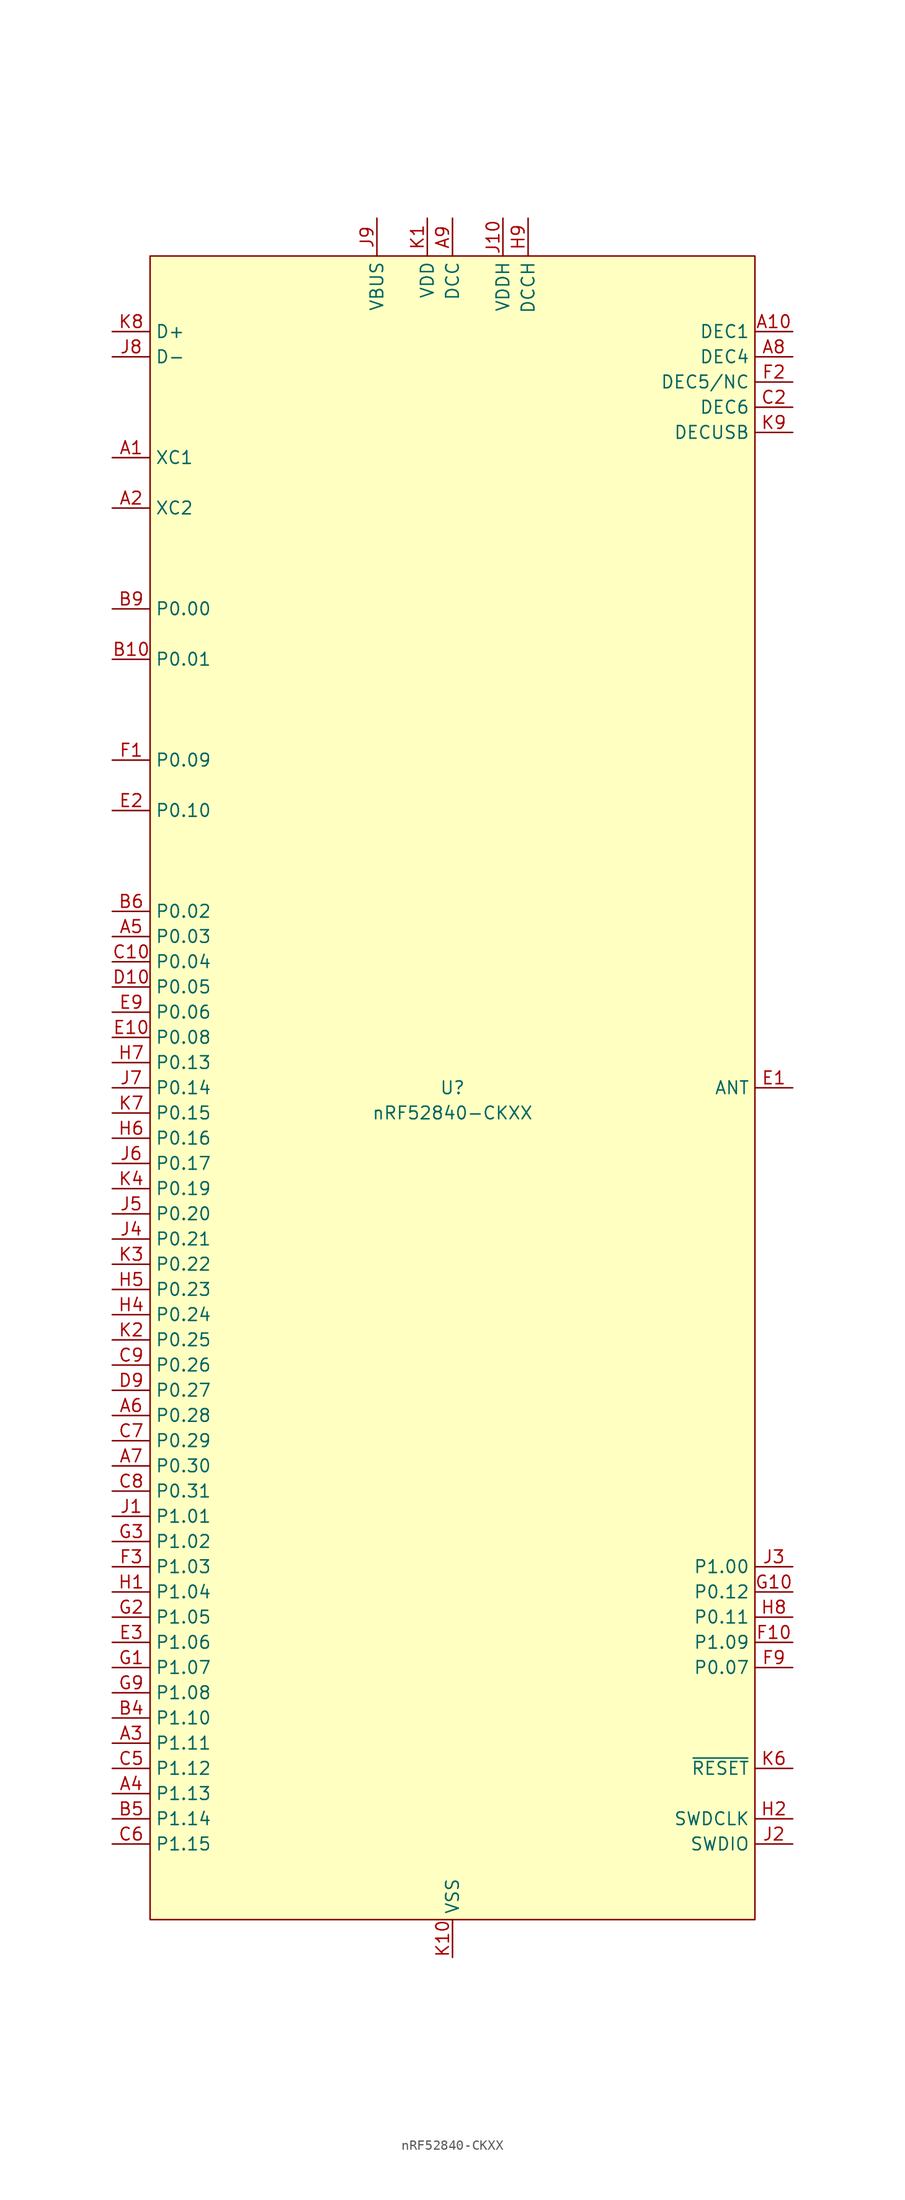
<source format=kicad_sym>
(kicad_symbol_lib
  (version 20241209)
  (generator "kicad_symbol_editor")
  (generator_version "9.0")
  (symbol "nRF52840-CKXX"
    (property "Reference" "U"
      (at 0 0 0)
      (do_not_autoplace)
      (effects (font (size 1.27 1.27))))
    (property "Value" "nRF52840-CKXX"
      (at 0 -2.54 0)
      (do_not_autoplace)
      (effects (font (size 1.27 1.27))))
    (symbol "nRF52840-CKXX_0_0"
      (pin bidirectional line (at -34.29 76.2 0) (length 3.81) (name "D+" (effects (font (size 1.27 1.27)))) (number "K8" (effects (font (size 1.27 1.27)))))
      (pin bidirectional line (at -34.29 73.66 0) (length 3.81) (name "D-" (effects (font (size 1.27 1.27)))) (number "J8" (effects (font (size 1.27 1.27)))))
      (pin input line (at -34.29 63.5 0) (length 3.81) (name "XC1" (effects (font (size 1.27 1.27)))) (number "A1" (effects (font (size 1.27 1.27)))))
      (pin input line (at -34.29 58.42 0) (length 3.81) (name "XC2" (effects (font (size 1.27 1.27)))) (number "A2" (effects (font (size 1.27 1.27)))))
      (pin bidirectional line (at -34.29 7.62 0) (length 3.81) (name "P0.06" (effects (font (size 1.27 1.27)))) (number "E9" (effects (font (size 1.27 1.27)))))
      (pin bidirectional line (at -34.29 5.08 0) (length 3.81) (name "P0.08" (effects (font (size 1.27 1.27)))) (number "E10" (effects (font (size 1.27 1.27)))))
      (pin bidirectional line (at -34.29 2.54 0) (length 3.81) (name "P0.13" (effects (font (size 1.27 1.27)))) (number "H7" (effects (font (size 1.27 1.27)))))
      (pin bidirectional line (at -34.29 0 0) (length 3.81) (name "P0.14" (effects (font (size 1.27 1.27)))) (number "J7" (effects (font (size 1.27 1.27)))))
      (pin bidirectional line (at -34.29 -2.54 0) (length 3.81) (name "P0.15" (effects (font (size 1.27 1.27)))) (number "K7" (effects (font (size 1.27 1.27)))))
      (pin bidirectional line (at -34.29 -5.08 0) (length 3.81) (name "P0.16" (effects (font (size 1.27 1.27)))) (number "H6" (effects (font (size 1.27 1.27)))))
      (pin bidirectional line (at -34.29 -7.62 0) (length 3.81) (name "P0.17" (effects (font (size 1.27 1.27)))) (number "J6" (effects (font (size 1.27 1.27)))))
      (pin bidirectional line (at -34.29 -10.16 0) (length 3.81) (name "P0.19" (effects (font (size 1.27 1.27)))) (number "K4" (effects (font (size 1.27 1.27)))))
      (pin bidirectional line (at -34.29 -12.7 0) (length 3.81) (name "P0.20" (effects (font (size 1.27 1.27)))) (number "J5" (effects (font (size 1.27 1.27)))))
      (pin bidirectional line (at -34.29 -15.24 0) (length 3.81) (name "P0.21" (effects (font (size 1.27 1.27)))) (number "J4" (effects (font (size 1.27 1.27)))))
      (pin bidirectional line (at -34.29 -17.78 0) (length 3.81) (name "P0.22" (effects (font (size 1.27 1.27)))) (number "K3" (effects (font (size 1.27 1.27)))))
      (pin bidirectional line (at -34.29 -20.32 0) (length 3.81) (name "P0.23" (effects (font (size 1.27 1.27)))) (number "H5" (effects (font (size 1.27 1.27)))))
      (pin bidirectional line (at -34.29 -22.86 0) (length 3.81) (name "P0.24" (effects (font (size 1.27 1.27)))) (number "H4" (effects (font (size 1.27 1.27)))))
      (pin bidirectional line (at -34.29 -25.4 0) (length 3.81) (name "P0.25" (effects (font (size 1.27 1.27)))) (number "K2" (effects (font (size 1.27 1.27)))))
      (pin bidirectional line (at -34.29 -27.94 0) (length 3.81) (name "P0.26" (effects (font (size 1.27 1.27)))) (number "C9" (effects (font (size 1.27 1.27)))))
      (pin bidirectional line (at -34.29 -30.48 0) (length 3.81) (name "P0.27" (effects (font (size 1.27 1.27)))) (number "D9" (effects (font (size 1.27 1.27)))))
      (pin bidirectional line (at -34.29 -43.18 0) (length 3.81) (name "P1.01" (effects (font (size 1.27 1.27)))) (number "J1" (effects (font (size 1.27 1.27)))))
      (pin bidirectional line (at -34.29 -45.72 0) (length 3.81) (name "P1.02" (effects (font (size 1.27 1.27)))) (number "G3" (effects (font (size 1.27 1.27)))))
      (pin bidirectional line (at -34.29 -48.26 0) (length 3.81) (name "P1.03" (effects (font (size 1.27 1.27)))) (number "F3" (effects (font (size 1.27 1.27)))))
      (pin bidirectional line (at -34.29 -50.8 0) (length 3.81) (name "P1.04" (effects (font (size 1.27 1.27)))) (number "H1" (effects (font (size 1.27 1.27)))))
      (pin bidirectional line (at -34.29 -53.34 0) (length 3.81) (name "P1.05" (effects (font (size 1.27 1.27)))) (number "G2" (effects (font (size 1.27 1.27)))))
      (pin bidirectional line (at -34.29 -55.88 0) (length 3.81) (name "P1.06" (effects (font (size 1.27 1.27)))) (number "E3" (effects (font (size 1.27 1.27)))))
      (pin bidirectional line (at -34.29 -58.42 0) (length 3.81) (name "P1.07" (effects (font (size 1.27 1.27)))) (number "G1" (effects (font (size 1.27 1.27)))))
      (pin bidirectional line (at -34.29 -60.96 0) (length 3.81) (name "P1.08" (effects (font (size 1.27 1.27)))) (number "G9" (effects (font (size 1.27 1.27)))))
      (pin bidirectional line (at -34.29 -63.5 0) (length 3.81) (name "P1.10" (effects (font (size 1.27 1.27)))) (number "B4" (effects (font (size 1.27 1.27)))))
      (pin bidirectional line (at -34.29 -66.04 0) (length 3.81) (name "P1.11" (effects (font (size 1.27 1.27)))) (number "A3" (effects (font (size 1.27 1.27)))))
      (pin bidirectional line (at -34.29 -68.58 0) (length 3.81) (name "P1.12" (effects (font (size 1.27 1.27)))) (number "C5" (effects (font (size 1.27 1.27)))))
      (pin bidirectional line (at -34.29 -71.12 0) (length 3.81) (name "P1.13" (effects (font (size 1.27 1.27)))) (number "A4" (effects (font (size 1.27 1.27)))))
      (pin bidirectional line (at -34.29 -73.66 0) (length 3.81) (name "P1.14" (effects (font (size 1.27 1.27)))) (number "B5" (effects (font (size 1.27 1.27)))))
      (pin bidirectional line (at -34.29 -76.2 0) (length 3.81) (name "P1.15" (effects (font (size 1.27 1.27)))) (number "C6" (effects (font (size 1.27 1.27)))))
      (pin power_in line (at -7.62 87.63 270) (length 3.81) (name "VBUS" (effects (font (size 1.27 1.27)))) (number "J9" (effects (font (size 1.27 1.27)))))
      (pin passive line (at -2.54 87.63 270) (length 3.81) (name "VDD" (effects (font (size 1.27 1.27)))) (number "K1" (effects (font (size 1.27 1.27)))))
      (pin power_out line (at 0 87.63 270) (length 3.81) (name "DCC" (effects (font (size 1.27 1.27)))) (number "A9" (effects (font (size 1.27 1.27)))))
      (pin power_in line (at 0 -87.63 90) (length 3.81) (name "VSS" (effects (font (size 1.27 1.27)))) (number "K10" (effects (font (size 1.27 1.27)))))
      (pin power_in line (at 5.08 87.63 270) (length 3.81) (name "VDDH" (effects (font (size 1.27 1.27)))) (number "J10" (effects (font (size 1.27 1.27)))))
      (pin power_out line (at 7.62 87.63 270) (length 3.81) (name "DCCH" (effects (font (size 1.27 1.27)))) (number "H9" (effects (font (size 1.27 1.27)))))
      (pin passive line (at 34.29 66.04 180) (length 3.81) (name "DECUSB" (effects (font (size 1.27 1.27)))) (number "K9" (effects (font (size 1.27 1.27)))))
      (pin bidirectional line (at 34.29 0 180) (length 3.81) (name "ANT" (effects (font (size 1.27 1.27)))) (number "E1" (effects (font (size 1.27 1.27)))))
      (pin input line (at 34.29 -73.66 180) (length 3.81) (name "SWDCLK" (effects (font (size 1.27 1.27)))) (number "H2" (effects (font (size 1.27 1.27)))))
      (pin bidirectional line (at 34.29 -76.2 180) (length 3.81) (name "SWDIO" (effects (font (size 1.27 1.27)))) (number "J2" (effects (font (size 1.27 1.27))))))
    (symbol "nRF52840-CKXX_1_0"
      (pin bidirectional line (at -34.29 48.26 0) (length 3.81) (name "P0.00" (effects (font (size 1.27 1.27)))) (number "B9" (effects (font (size 1.27 1.27)))) (alternate "XL1" input line))
      (pin bidirectional line (at -34.29 43.18 0) (length 3.81) (name "P0.01" (effects (font (size 1.27 1.27)))) (number "B10" (effects (font (size 1.27 1.27)))) (alternate "XL2" input line))
      (pin bidirectional line (at -34.29 33.02 0) (length 3.81) (name "P0.09" (effects (font (size 1.27 1.27)))) (number "F1" (effects (font (size 1.27 1.27)))) (alternate "NFC1" input line))
      (pin bidirectional line (at -34.29 27.94 0) (length 3.81) (name "P0.10" (effects (font (size 1.27 1.27)))) (number "E2" (effects (font (size 1.27 1.27)))) (alternate "NFC2" input line))
      (pin bidirectional line (at -34.29 17.78 0) (length 3.81) (name "P0.02" (effects (font (size 1.27 1.27)))) (number "B6" (effects (font (size 1.27 1.27)))) (alternate "AIN0" input line))
      (pin bidirectional line (at -34.29 15.24 0) (length 3.81) (name "P0.03" (effects (font (size 1.27 1.27)))) (number "A5" (effects (font (size 1.27 1.27)))) (alternate "AIN1" input line))
      (pin bidirectional line (at -34.29 12.7 0) (length 3.81) (name "P0.04" (effects (font (size 1.27 1.27)))) (number "C10" (effects (font (size 1.27 1.27)))) (alternate "AIN2" input line))
      (pin bidirectional line (at -34.29 10.16 0) (length 3.81) (name "P0.05" (effects (font (size 1.27 1.27)))) (number "D10" (effects (font (size 1.27 1.27)))) (alternate "AIN3" input line))
      (pin bidirectional line (at -34.29 -33.02 0) (length 3.81) (name "P0.28" (effects (font (size 1.27 1.27)))) (number "A6" (effects (font (size 1.27 1.27)))) (alternate "AIN4" input line))
      (pin bidirectional line (at -34.29 -35.56 0) (length 3.81) (name "P0.29" (effects (font (size 1.27 1.27)))) (number "C7" (effects (font (size 1.27 1.27)))) (alternate "AIN5" input line))
      (pin bidirectional line (at -34.29 -38.1 0) (length 3.81) (name "P0.30" (effects (font (size 1.27 1.27)))) (number "A7" (effects (font (size 1.27 1.27)))) (alternate "AIN6" input line))
      (pin bidirectional line (at -34.29 -40.64 0) (length 3.81) (name "P0.31" (effects (font (size 1.27 1.27)))) (number "C8" (effects (font (size 1.27 1.27)))) (alternate "AIN7" input line))
      (pin passive line (at -2.54 87.63 270) (length 3.81) (hide yes) (name "VDD" (effects (font (size 1.27 1.27)))) (number "B3" (effects (font (size 1.27 1.27)))))
      (pin passive line (at -2.54 87.63 270) (length 3.81) (hide yes) (name "VDD" (effects (font (size 1.27 1.27)))) (number "B8" (effects (font (size 1.27 1.27)))))
      (pin passive line (at -2.54 87.63 270) (length 3.81) (hide yes) (name "VDD" (effects (font (size 1.27 1.27)))) (number "H10" (effects (font (size 1.27 1.27)))))
      (pin passive line (at -2.54 87.63 270) (length 3.81) (hide yes) (name "VDD" (effects (font (size 1.27 1.27)))) (number "K5" (effects (font (size 1.27 1.27)))))
      (pin passive line (at 0 -87.63 90) (length 3.81) (hide yes) (name "VSS" (effects (font (size 1.27 1.27)))) (number "B7" (effects (font (size 1.27 1.27)))))
      (pin passive line (at 0 -87.63 90) (length 3.81) (hide yes) (name "VSS_PA" (effects (font (size 1.27 1.27)))) (number "C1" (effects (font (size 1.27 1.27)))))
      (pin passive line (at 0 -87.63 90) (length 3.81) (hide yes) (name "VSS" (effects (font (size 1.27 1.27)))) (number "C4" (effects (font (size 1.27 1.27)))))
      (pin passive line (at 0 -87.63 90) (length 3.81) (hide yes) (name "VSS" (effects (font (size 1.27 1.27)))) (number "D3" (effects (font (size 1.27 1.27)))))
      (pin passive line (at 0 -87.63 90) (length 3.81) (hide yes) (name "VSS" (effects (font (size 1.27 1.27)))) (number "D4" (effects (font (size 1.27 1.27)))))
      (pin passive line (at 0 -87.63 90) (length 3.81) (hide yes) (name "VSS" (effects (font (size 1.27 1.27)))) (number "D5" (effects (font (size 1.27 1.27)))))
      (pin passive line (at 0 -87.63 90) (length 3.81) (hide yes) (name "VSS" (effects (font (size 1.27 1.27)))) (number "D6" (effects (font (size 1.27 1.27)))))
      (pin passive line (at 0 -87.63 90) (length 3.81) (hide yes) (name "VSS" (effects (font (size 1.27 1.27)))) (number "D7" (effects (font (size 1.27 1.27)))))
      (pin passive line (at 0 -87.63 90) (length 3.81) (hide yes) (name "VSS" (effects (font (size 1.27 1.27)))) (number "D8" (effects (font (size 1.27 1.27)))))
      (pin passive line (at 0 -87.63 90) (length 3.81) (hide yes) (name "VSS" (effects (font (size 1.27 1.27)))) (number "E4" (effects (font (size 1.27 1.27)))))
      (pin passive line (at 0 -87.63 90) (length 3.81) (hide yes) (name "VSS" (effects (font (size 1.27 1.27)))) (number "E5" (effects (font (size 1.27 1.27)))))
      (pin passive line (at 0 -87.63 90) (length 3.81) (hide yes) (name "VSS" (effects (font (size 1.27 1.27)))) (number "E6" (effects (font (size 1.27 1.27)))))
      (pin passive line (at 0 -87.63 90) (length 3.81) (hide yes) (name "VSS" (effects (font (size 1.27 1.27)))) (number "E7" (effects (font (size 1.27 1.27)))))
      (pin passive line (at 0 -87.63 90) (length 3.81) (hide yes) (name "VSS" (effects (font (size 1.27 1.27)))) (number "E8" (effects (font (size 1.27 1.27)))))
      (pin passive line (at 0 -87.63 90) (length 3.81) (hide yes) (name "VSS" (effects (font (size 1.27 1.27)))) (number "F4" (effects (font (size 1.27 1.27)))))
      (pin passive line (at 0 -87.63 90) (length 3.81) (hide yes) (name "VSS" (effects (font (size 1.27 1.27)))) (number "F5" (effects (font (size 1.27 1.27)))))
      (pin passive line (at 0 -87.63 90) (length 3.81) (hide yes) (name "VSS" (effects (font (size 1.27 1.27)))) (number "F6" (effects (font (size 1.27 1.27)))))
      (pin passive line (at 0 -87.63 90) (length 3.81) (hide yes) (name "VSS" (effects (font (size 1.27 1.27)))) (number "F7" (effects (font (size 1.27 1.27)))))
      (pin passive line (at 0 -87.63 90) (length 3.81) (hide yes) (name "VSS" (effects (font (size 1.27 1.27)))) (number "F8" (effects (font (size 1.27 1.27)))))
      (pin passive line (at 0 -87.63 90) (length 3.81) (hide yes) (name "VSS" (effects (font (size 1.27 1.27)))) (number "G4" (effects (font (size 1.27 1.27)))))
      (pin passive line (at 0 -87.63 90) (length 3.81) (hide yes) (name "VSS" (effects (font (size 1.27 1.27)))) (number "G5" (effects (font (size 1.27 1.27)))))
      (pin passive line (at 0 -87.63 90) (length 3.81) (hide yes) (name "VSS" (effects (font (size 1.27 1.27)))) (number "G6" (effects (font (size 1.27 1.27)))))
      (pin passive line (at 0 -87.63 90) (length 3.81) (hide yes) (name "VSS" (effects (font (size 1.27 1.27)))) (number "G7" (effects (font (size 1.27 1.27)))))
      (pin passive line (at 0 -87.63 90) (length 3.81) (hide yes) (name "VSS" (effects (font (size 1.27 1.27)))) (number "G8" (effects (font (size 1.27 1.27)))))
      (pin passive line (at 34.29 76.2 180) (length 3.81) (name "DEC1" (effects (font (size 1.27 1.27)))) (number "A10" (effects (font (size 1.27 1.27)))))
      (pin passive line (at 34.29 73.66 180) (length 3.81) (name "DEC4" (effects (font (size 1.27 1.27)))) (number "A8" (effects (font (size 1.27 1.27)))))
      (pin passive line (at 34.29 71.12 180) (length 3.81) (name "DEC5/NC" (effects (font (size 1.27 1.27)))) (number "F2" (effects (font (size 1.27 1.27)))))
      (pin passive line (at 34.29 68.58 180) (length 3.81) (name "DEC6" (effects (font (size 1.27 1.27)))) (number "C2" (effects (font (size 1.27 1.27)))))
      (pin bidirectional line (at 34.29 -48.26 180) (length 3.81) (name "P1.00" (effects (font (size 1.27 1.27)))) (number "J3" (effects (font (size 1.27 1.27)))) (alternate "TRACEDATA[0]" output line))
      (pin bidirectional line (at 34.29 -50.8 180) (length 3.81) (name "P0.12" (effects (font (size 1.27 1.27)))) (number "G10" (effects (font (size 1.27 1.27)))) (alternate "TRACEDATA[1]" output line))
      (pin bidirectional line (at 34.29 -53.34 180) (length 3.81) (name "P0.11" (effects (font (size 1.27 1.27)))) (number "H8" (effects (font (size 1.27 1.27)))) (alternate "TRACEDATA[2]" output line))
      (pin bidirectional line (at 34.29 -55.88 180) (length 3.81) (name "P1.09" (effects (font (size 1.27 1.27)))) (number "F10" (effects (font (size 1.27 1.27)))) (alternate "TRACEDATA[3]" output line))
      (pin bidirectional line (at 34.29 -58.42 180) (length 3.81) (name "P0.07" (effects (font (size 1.27 1.27)))) (number "F9" (effects (font (size 1.27 1.27)))) (alternate "TRACECLK" input line))
      (pin input line (at 34.29 -68.58 180) (length 3.81) (name "~{RESET}" (effects (font (size 1.27 1.27)))) (number "K6" (effects (font (size 1.27 1.27)))) (alternate "P0.18" bidirectional line)))
    (symbol "nRF52840-CKXX_1_1"
      (rectangle (start -30.48 83.82) (end 30.48 -83.82) (stroke (width 0) (type default)) (fill (type background))))))
</source>
